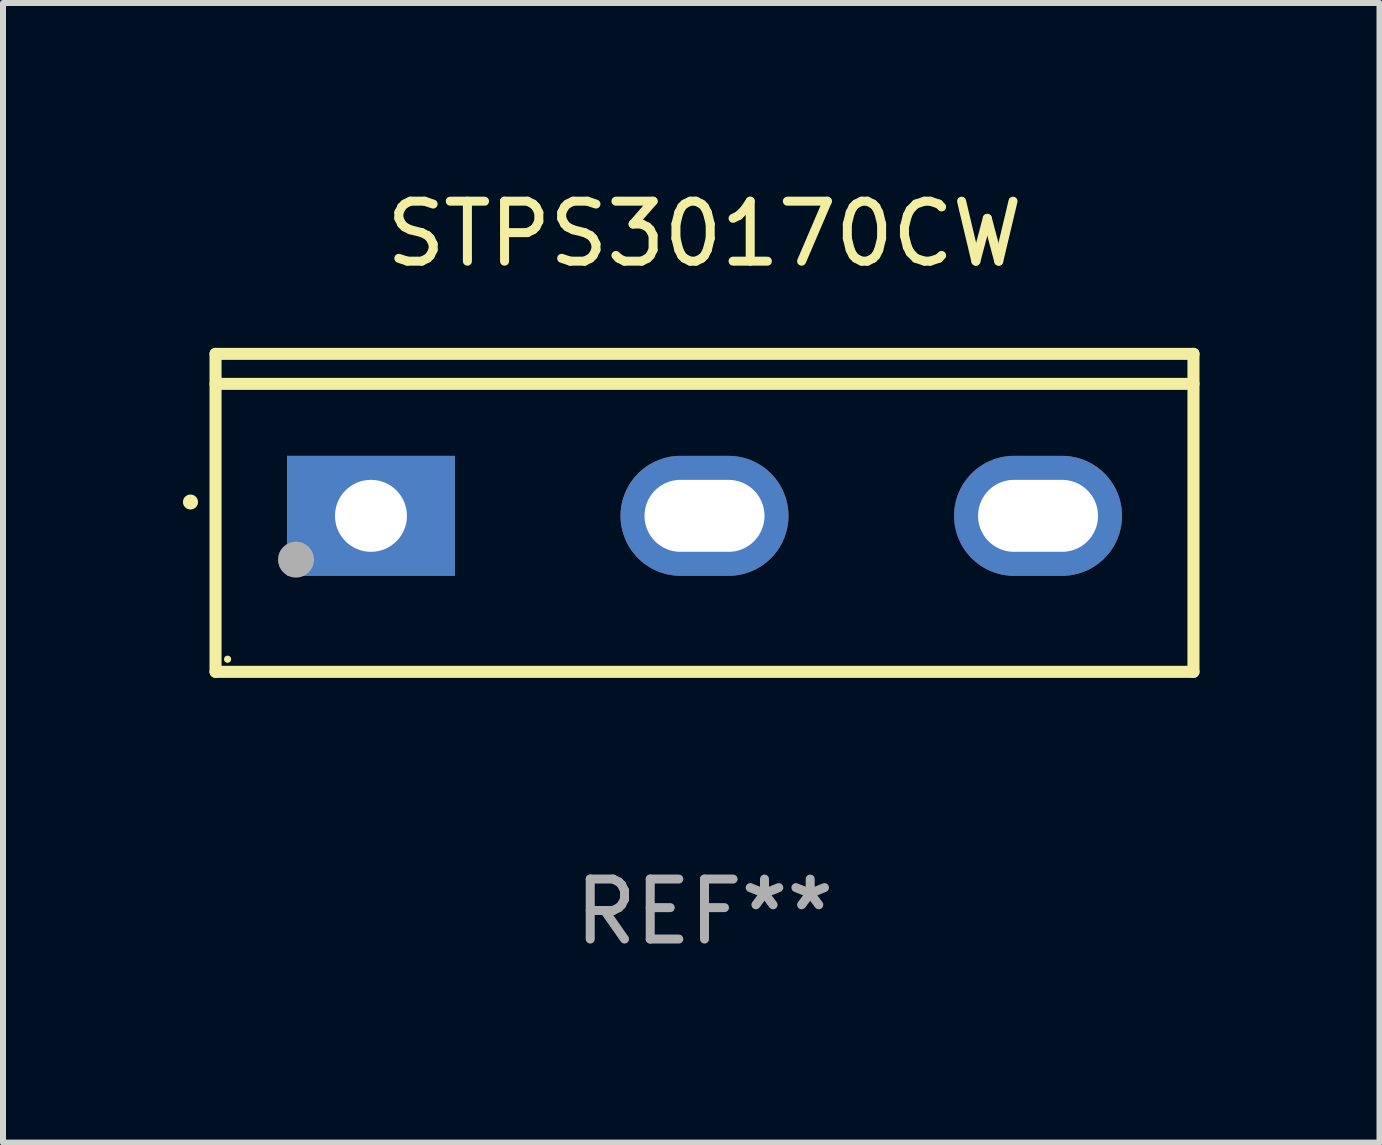
<source format=kicad_pcb>
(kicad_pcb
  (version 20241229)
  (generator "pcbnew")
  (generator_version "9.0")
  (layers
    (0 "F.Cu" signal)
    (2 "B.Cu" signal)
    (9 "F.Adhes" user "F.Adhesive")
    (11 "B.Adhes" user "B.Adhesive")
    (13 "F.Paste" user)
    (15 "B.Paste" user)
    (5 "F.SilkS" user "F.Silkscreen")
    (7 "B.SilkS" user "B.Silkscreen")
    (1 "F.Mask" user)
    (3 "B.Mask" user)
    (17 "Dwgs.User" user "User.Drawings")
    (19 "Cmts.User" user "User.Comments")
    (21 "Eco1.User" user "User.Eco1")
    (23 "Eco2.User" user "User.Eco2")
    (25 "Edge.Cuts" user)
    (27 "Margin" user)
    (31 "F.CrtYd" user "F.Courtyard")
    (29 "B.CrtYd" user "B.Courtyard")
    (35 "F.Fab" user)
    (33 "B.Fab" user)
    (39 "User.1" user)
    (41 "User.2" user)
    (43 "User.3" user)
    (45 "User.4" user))
  (footprint "STPS30170CW"
    (layer "F.Cu")
    (at 8.694 5.499)
    (property "Reference" "STPS30170CW" (at 0 -4.65 0) (layer "F.SilkS") (effects (font (size 1 1) (thickness 0.15))))
    (attr through_hole)
    (fp_line (start -8.151 -2.65) (end -8.151 2.65) (stroke (width 0.201) (type solid)) (layer "F.SilkS"))
    (fp_line (start 8.151 -2.65) (end -8.151 -2.65) (stroke (width 0.201) (type solid)) (layer "F.SilkS"))
    (fp_line (start 8.151 -2.15) (end -8.151 -2.15) (stroke (width 0.201) (type solid)) (layer "F.SilkS"))
    (fp_line (start 8.151 2.65) (end -8.151 2.65) (stroke (width 0.201) (type solid)) (layer "F.SilkS"))
    (fp_line (start 8.151 2.65) (end 8.151 -2.65) (stroke (width 0.201) (type solid)) (layer "F.SilkS"))
    (fp_arc (start -8.570003 -0.18048) (mid -8.568733 -0.180486) (end -8.567463 -0.18048) (stroke (width 0.24892) (type solid)) (layer "F.SilkS"))
    (fp_circle (center -7.95 2.44) (end -7.92 2.44) (stroke (width 0.06) (type solid)) (fill no) (layer "F.SilkS"))
    (fp_circle (center -6.81 0.78) (end -6.66 0.78) (stroke (width 0.3) (type solid)) (fill no) (layer "F.Fab"))
    (fp_text user "REF**" (at 0 6.65 0) (layer "F.Fab") (effects (font (size 1 1) (thickness 0.15))))
    (pad "1" thru_hole rect (at -5.56 0.05 90) (size 2 2.8) (drill 1.2) (layers "*.Cu" "*.Mask"))
    (pad "2" thru_hole oval (at 0 0.05 90) (size 2 2.8) (drill oval 1.2 2) (layers "*.Cu" "*.Mask"))
    (pad "3" thru_hole oval (at 5.56 0.05 90) (size 2 2.8) (drill oval 1.2 2) (layers "*.Cu" "*.Mask")))
  (gr_rect
    (start -3 -3)
    (end 19.946 15.997)
    (stroke (width 0.1) (type default))
    (fill no)
    (layer "Edge.Cuts")))
</source>
